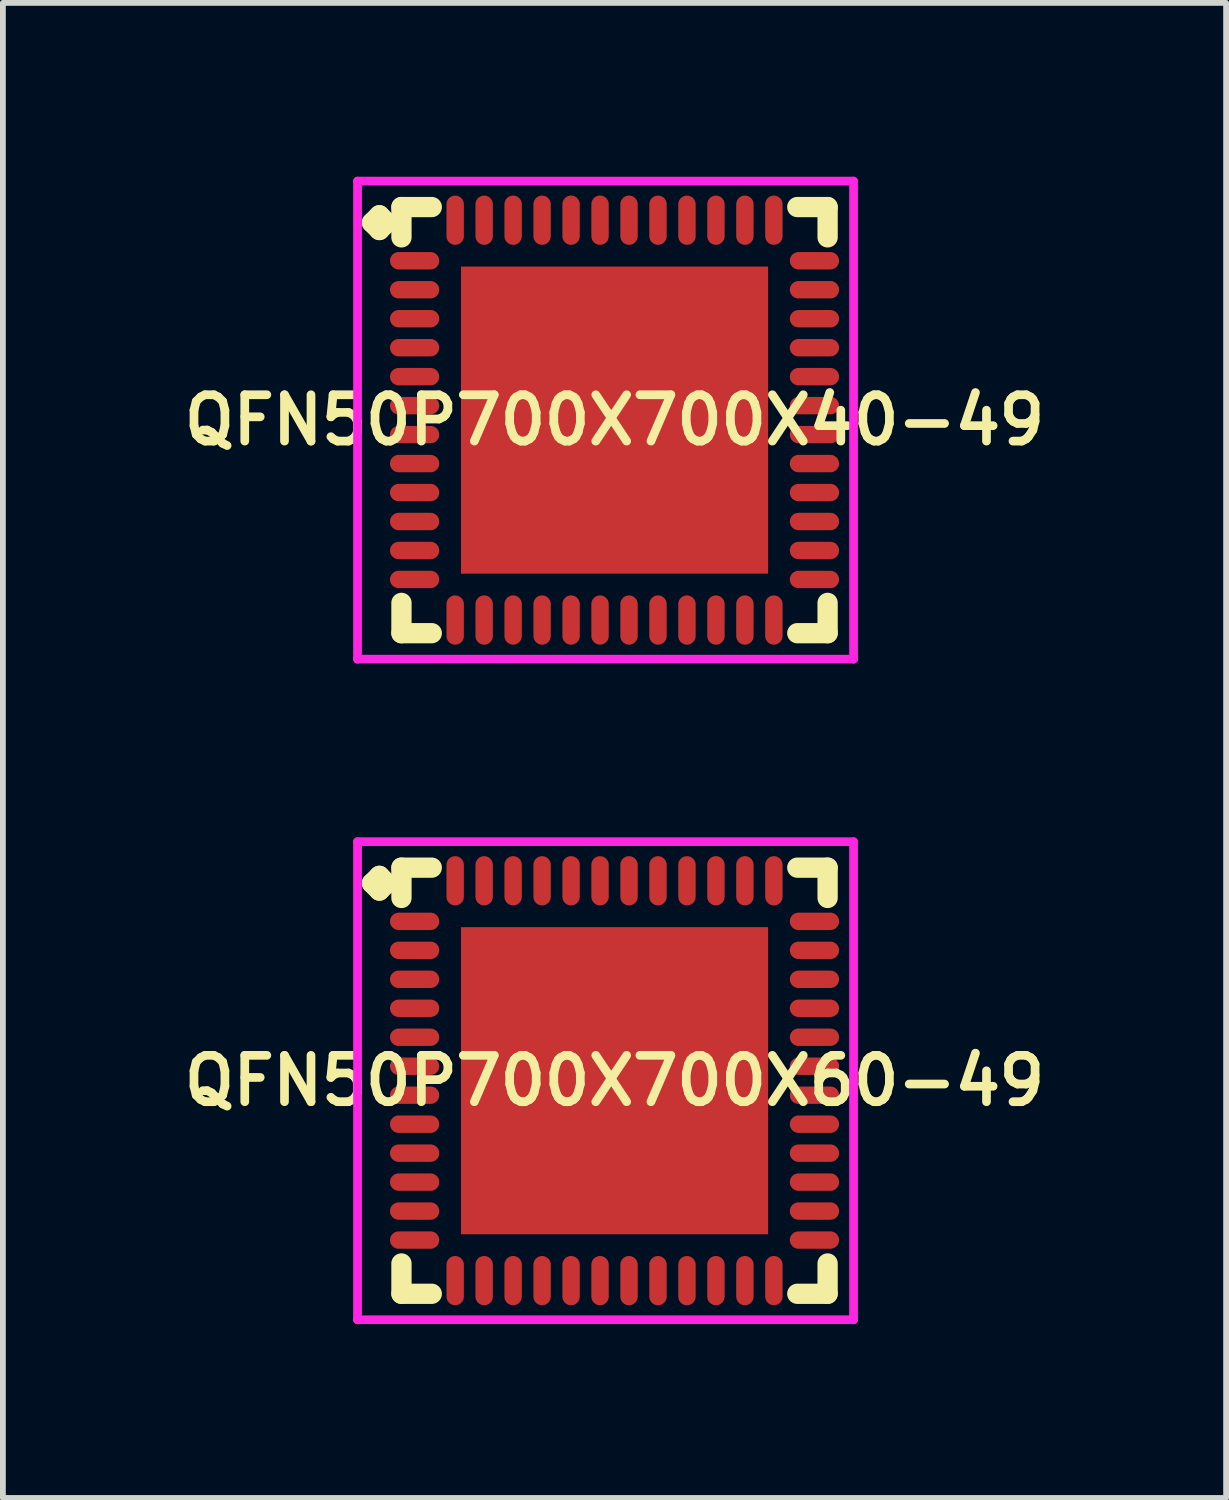
<source format=kicad_pcb>
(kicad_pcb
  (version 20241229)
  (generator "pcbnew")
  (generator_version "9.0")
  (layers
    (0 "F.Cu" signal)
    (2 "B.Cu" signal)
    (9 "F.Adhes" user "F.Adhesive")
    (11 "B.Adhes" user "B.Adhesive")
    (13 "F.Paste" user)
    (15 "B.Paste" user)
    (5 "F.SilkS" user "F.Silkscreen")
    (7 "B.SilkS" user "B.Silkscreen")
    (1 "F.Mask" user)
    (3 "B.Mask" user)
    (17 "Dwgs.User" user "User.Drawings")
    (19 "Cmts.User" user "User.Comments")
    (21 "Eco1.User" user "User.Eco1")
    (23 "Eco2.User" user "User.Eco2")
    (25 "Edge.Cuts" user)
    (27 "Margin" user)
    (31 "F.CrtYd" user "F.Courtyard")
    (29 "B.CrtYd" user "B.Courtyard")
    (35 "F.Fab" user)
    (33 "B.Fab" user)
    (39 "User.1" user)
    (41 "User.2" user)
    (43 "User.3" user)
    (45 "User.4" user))
  (footprint "QFN50P700X700X60-49"
    (layer "F.Cu")
    (at 7.555 15.6)
    (property "Reference" "QFN50P700X700X60-49" (at 0 0 0) (layer "F.SilkS") (effects (font (size 0.8 0.8) (thickness 0.15))))
    (attr smd)
    (fp_line (start -4.185 -3.408) (end -4.058 -3.535) (stroke (width 0.35) (type solid)) (layer "F.SilkS"))
    (fp_line (start -4.058 -3.535) (end -3.931 -3.408) (stroke (width 0.35) (type solid)) (layer "F.SilkS"))
    (fp_line (start -4.058 -3.281) (end -4.185 -3.408) (stroke (width 0.35) (type solid)) (layer "F.SilkS"))
    (fp_line (start -3.931 -3.408) (end -4.058 -3.281) (stroke (width 0.35) (type solid)) (layer "F.SilkS"))
    (fp_line (start -3.677 -3.677) (end -3.154 -3.677) (stroke (width 0.35) (type solid)) (layer "F.SilkS"))
    (fp_line (start -3.677 -3.154) (end -3.677 -3.677) (stroke (width 0.35) (type solid)) (layer "F.SilkS"))
    (fp_line (start -3.677 3.154) (end -3.677 3.677) (stroke (width 0.35) (type solid)) (layer "F.SilkS"))
    (fp_line (start -3.677 3.677) (end -3.154 3.677) (stroke (width 0.35) (type solid)) (layer "F.SilkS"))
    (fp_line (start 3.154 -3.677) (end 3.677 -3.677) (stroke (width 0.35) (type solid)) (layer "F.SilkS"))
    (fp_line (start 3.154 3.677) (end 3.677 3.677) (stroke (width 0.35) (type solid)) (layer "F.SilkS"))
    (fp_line (start 3.677 -3.677) (end 3.677 -3.154) (stroke (width 0.35) (type solid)) (layer "F.SilkS"))
    (fp_line (start 3.677 3.677) (end 3.677 3.154) (stroke (width 0.35) (type solid)) (layer "F.SilkS"))
    (fp_line (start -4.435 -4.125) (end 4.125 -4.125) (stroke (width 0.15) (type solid)) (layer "F.CrtYd"))
    (fp_line (start -4.435 4.125) (end -4.435 -4.125) (stroke (width 0.15) (type solid)) (layer "F.CrtYd"))
    (fp_line (start 4.125 -4.125) (end 4.125 4.125) (stroke (width 0.15) (type solid)) (layer "F.CrtYd"))
    (fp_line (start 4.125 4.125) (end -4.435 4.125) (stroke (width 0.15) (type solid)) (layer "F.CrtYd"))
    (pad "1" smd oval (at -3.45 -2.75) (size 0.85 0.3) (layers "F.Cu" "F.Mask" "F.Paste"))
    (pad "2" smd oval (at -3.45 -2.25) (size 0.85 0.3) (layers "F.Cu" "F.Mask" "F.Paste"))
    (pad "3" smd oval (at -3.45 -1.75) (size 0.85 0.3) (layers "F.Cu" "F.Mask" "F.Paste"))
    (pad "4" smd oval (at -3.45 -1.25) (size 0.85 0.3) (layers "F.Cu" "F.Mask" "F.Paste"))
    (pad "5" smd oval (at -3.45 -0.75) (size 0.85 0.3) (layers "F.Cu" "F.Mask" "F.Paste"))
    (pad "6" smd oval (at -3.45 -0.25) (size 0.85 0.3) (layers "F.Cu" "F.Mask" "F.Paste"))
    (pad "7" smd oval (at -3.45 0.25) (size 0.85 0.3) (layers "F.Cu" "F.Mask" "F.Paste"))
    (pad "8" smd oval (at -3.45 0.75) (size 0.85 0.3) (layers "F.Cu" "F.Mask" "F.Paste"))
    (pad "9" smd oval (at -3.45 1.25) (size 0.85 0.3) (layers "F.Cu" "F.Mask" "F.Paste"))
    (pad "10" smd oval (at -3.45 1.75) (size 0.85 0.3) (layers "F.Cu" "F.Mask" "F.Paste"))
    (pad "11" smd oval (at -3.45 2.25) (size 0.85 0.3) (layers "F.Cu" "F.Mask" "F.Paste"))
    (pad "12" smd oval (at -3.45 2.75) (size 0.85 0.3) (layers "F.Cu" "F.Mask" "F.Paste"))
    (pad "13" smd oval (at -2.75 3.45) (size 0.3 0.85) (layers "F.Cu" "F.Mask" "F.Paste"))
    (pad "14" smd oval (at -2.25 3.45) (size 0.3 0.85) (layers "F.Cu" "F.Mask" "F.Paste"))
    (pad "15" smd oval (at -1.75 3.45) (size 0.3 0.85) (layers "F.Cu" "F.Mask" "F.Paste"))
    (pad "16" smd oval (at -1.25 3.45) (size 0.3 0.85) (layers "F.Cu" "F.Mask" "F.Paste"))
    (pad "17" smd oval (at -0.75 3.45) (size 0.3 0.85) (layers "F.Cu" "F.Mask" "F.Paste"))
    (pad "18" smd oval (at -0.25 3.45) (size 0.3 0.85) (layers "F.Cu" "F.Mask" "F.Paste"))
    (pad "19" smd oval (at 0.25 3.45) (size 0.3 0.85) (layers "F.Cu" "F.Mask" "F.Paste"))
    (pad "20" smd oval (at 0.75 3.45) (size 0.3 0.85) (layers "F.Cu" "F.Mask" "F.Paste"))
    (pad "21" smd oval (at 1.25 3.45) (size 0.3 0.85) (layers "F.Cu" "F.Mask" "F.Paste"))
    (pad "22" smd oval (at 1.75 3.45) (size 0.3 0.85) (layers "F.Cu" "F.Mask" "F.Paste"))
    (pad "23" smd oval (at 2.25 3.45) (size 0.3 0.85) (layers "F.Cu" "F.Mask" "F.Paste"))
    (pad "24" smd oval (at 2.75 3.45) (size 0.3 0.85) (layers "F.Cu" "F.Mask" "F.Paste"))
    (pad "25" smd oval (at 3.45 2.75) (size 0.85 0.3) (layers "F.Cu" "F.Mask" "F.Paste"))
    (pad "26" smd oval (at 3.45 2.25) (size 0.85 0.3) (layers "F.Cu" "F.Mask" "F.Paste"))
    (pad "27" smd oval (at 3.45 1.75) (size 0.85 0.3) (layers "F.Cu" "F.Mask" "F.Paste"))
    (pad "28" smd oval (at 3.45 1.25) (size 0.85 0.3) (layers "F.Cu" "F.Mask" "F.Paste"))
    (pad "29" smd oval (at 3.45 0.75) (size 0.85 0.3) (layers "F.Cu" "F.Mask" "F.Paste"))
    (pad "30" smd oval (at 3.45 0.25) (size 0.85 0.3) (layers "F.Cu" "F.Mask" "F.Paste"))
    (pad "31" smd oval (at 3.45 -0.25) (size 0.85 0.3) (layers "F.Cu" "F.Mask" "F.Paste"))
    (pad "32" smd oval (at 3.45 -0.75) (size 0.85 0.3) (layers "F.Cu" "F.Mask" "F.Paste"))
    (pad "33" smd oval (at 3.45 -1.25) (size 0.85 0.3) (layers "F.Cu" "F.Mask" "F.Paste"))
    (pad "34" smd oval (at 3.45 -1.75) (size 0.85 0.3) (layers "F.Cu" "F.Mask" "F.Paste"))
    (pad "35" smd oval (at 3.45 -2.25) (size 0.85 0.3) (layers "F.Cu" "F.Mask" "F.Paste"))
    (pad "36" smd oval (at 3.45 -2.75) (size 0.85 0.3) (layers "F.Cu" "F.Mask" "F.Paste"))
    (pad "37" smd oval (at 2.75 -3.45) (size 0.3 0.85) (layers "F.Cu" "F.Mask" "F.Paste"))
    (pad "38" smd oval (at 2.25 -3.45) (size 0.3 0.85) (layers "F.Cu" "F.Mask" "F.Paste"))
    (pad "39" smd oval (at 1.75 -3.45) (size 0.3 0.85) (layers "F.Cu" "F.Mask" "F.Paste"))
    (pad "40" smd oval (at 1.25 -3.45) (size 0.3 0.85) (layers "F.Cu" "F.Mask" "F.Paste"))
    (pad "41" smd oval (at 0.75 -3.45) (size 0.3 0.85) (layers "F.Cu" "F.Mask" "F.Paste"))
    (pad "42" smd oval (at 0.25 -3.45) (size 0.3 0.85) (layers "F.Cu" "F.Mask" "F.Paste"))
    (pad "43" smd oval (at -0.25 -3.45) (size 0.3 0.85) (layers "F.Cu" "F.Mask" "F.Paste"))
    (pad "44" smd oval (at -0.75 -3.45) (size 0.3 0.85) (layers "F.Cu" "F.Mask" "F.Paste"))
    (pad "45" smd oval (at -1.25 -3.45) (size 0.3 0.85) (layers "F.Cu" "F.Mask" "F.Paste"))
    (pad "46" smd oval (at -1.75 -3.45) (size 0.3 0.85) (layers "F.Cu" "F.Mask" "F.Paste"))
    (pad "47" smd oval (at -2.25 -3.45) (size 0.3 0.85) (layers "F.Cu" "F.Mask" "F.Paste"))
    (pad "48" smd oval (at -2.75 -3.45) (size 0.3 0.85) (layers "F.Cu" "F.Mask" "F.Paste"))
    (pad "49" smd rect (at 0 0) (size 5.3 5.3) (layers "F.Cu" "F.Mask" "F.Paste")))
  (footprint "QFN50P700X700X40-49"
    (layer "F.Cu")
    (at 7.555 4.2)
    (property "Reference" "QFN50P700X700X40-49" (at 0 0 0) (layer "F.SilkS") (effects (font (size 0.8 0.8) (thickness 0.15))))
    (attr smd)
    (fp_line (start -4.185 -3.408) (end -4.058 -3.535) (stroke (width 0.35) (type solid)) (layer "F.SilkS"))
    (fp_line (start -4.058 -3.535) (end -3.931 -3.408) (stroke (width 0.35) (type solid)) (layer "F.SilkS"))
    (fp_line (start -4.058 -3.281) (end -4.185 -3.408) (stroke (width 0.35) (type solid)) (layer "F.SilkS"))
    (fp_line (start -3.931 -3.408) (end -4.058 -3.281) (stroke (width 0.35) (type solid)) (layer "F.SilkS"))
    (fp_line (start -3.677 -3.677) (end -3.154 -3.677) (stroke (width 0.35) (type solid)) (layer "F.SilkS"))
    (fp_line (start -3.677 -3.154) (end -3.677 -3.677) (stroke (width 0.35) (type solid)) (layer "F.SilkS"))
    (fp_line (start -3.677 3.154) (end -3.677 3.677) (stroke (width 0.35) (type solid)) (layer "F.SilkS"))
    (fp_line (start -3.677 3.677) (end -3.154 3.677) (stroke (width 0.35) (type solid)) (layer "F.SilkS"))
    (fp_line (start 3.154 -3.677) (end 3.677 -3.677) (stroke (width 0.35) (type solid)) (layer "F.SilkS"))
    (fp_line (start 3.154 3.677) (end 3.677 3.677) (stroke (width 0.35) (type solid)) (layer "F.SilkS"))
    (fp_line (start 3.677 -3.677) (end 3.677 -3.154) (stroke (width 0.35) (type solid)) (layer "F.SilkS"))
    (fp_line (start 3.677 3.677) (end 3.677 3.154) (stroke (width 0.35) (type solid)) (layer "F.SilkS"))
    (fp_line (start -4.435 -4.125) (end 4.125 -4.125) (stroke (width 0.15) (type solid)) (layer "F.CrtYd"))
    (fp_line (start -4.435 4.125) (end -4.435 -4.125) (stroke (width 0.15) (type solid)) (layer "F.CrtYd"))
    (fp_line (start 4.125 -4.125) (end 4.125 4.125) (stroke (width 0.15) (type solid)) (layer "F.CrtYd"))
    (fp_line (start 4.125 4.125) (end -4.435 4.125) (stroke (width 0.15) (type solid)) (layer "F.CrtYd"))
    (pad "1" smd oval (at -3.45 -2.75) (size 0.85 0.3) (layers "F.Cu" "F.Mask" "F.Paste"))
    (pad "2" smd oval (at -3.45 -2.25) (size 0.85 0.3) (layers "F.Cu" "F.Mask" "F.Paste"))
    (pad "3" smd oval (at -3.45 -1.75) (size 0.85 0.3) (layers "F.Cu" "F.Mask" "F.Paste"))
    (pad "4" smd oval (at -3.45 -1.25) (size 0.85 0.3) (layers "F.Cu" "F.Mask" "F.Paste"))
    (pad "5" smd oval (at -3.45 -0.75) (size 0.85 0.3) (layers "F.Cu" "F.Mask" "F.Paste"))
    (pad "6" smd oval (at -3.45 -0.25) (size 0.85 0.3) (layers "F.Cu" "F.Mask" "F.Paste"))
    (pad "7" smd oval (at -3.45 0.25) (size 0.85 0.3) (layers "F.Cu" "F.Mask" "F.Paste"))
    (pad "8" smd oval (at -3.45 0.75) (size 0.85 0.3) (layers "F.Cu" "F.Mask" "F.Paste"))
    (pad "9" smd oval (at -3.45 1.25) (size 0.85 0.3) (layers "F.Cu" "F.Mask" "F.Paste"))
    (pad "10" smd oval (at -3.45 1.75) (size 0.85 0.3) (layers "F.Cu" "F.Mask" "F.Paste"))
    (pad "11" smd oval (at -3.45 2.25) (size 0.85 0.3) (layers "F.Cu" "F.Mask" "F.Paste"))
    (pad "12" smd oval (at -3.45 2.75) (size 0.85 0.3) (layers "F.Cu" "F.Mask" "F.Paste"))
    (pad "13" smd oval (at -2.75 3.45) (size 0.3 0.85) (layers "F.Cu" "F.Mask" "F.Paste"))
    (pad "14" smd oval (at -2.25 3.45) (size 0.3 0.85) (layers "F.Cu" "F.Mask" "F.Paste"))
    (pad "15" smd oval (at -1.75 3.45) (size 0.3 0.85) (layers "F.Cu" "F.Mask" "F.Paste"))
    (pad "16" smd oval (at -1.25 3.45) (size 0.3 0.85) (layers "F.Cu" "F.Mask" "F.Paste"))
    (pad "17" smd oval (at -0.75 3.45) (size 0.3 0.85) (layers "F.Cu" "F.Mask" "F.Paste"))
    (pad "18" smd oval (at -0.25 3.45) (size 0.3 0.85) (layers "F.Cu" "F.Mask" "F.Paste"))
    (pad "19" smd oval (at 0.25 3.45) (size 0.3 0.85) (layers "F.Cu" "F.Mask" "F.Paste"))
    (pad "20" smd oval (at 0.75 3.45) (size 0.3 0.85) (layers "F.Cu" "F.Mask" "F.Paste"))
    (pad "21" smd oval (at 1.25 3.45) (size 0.3 0.85) (layers "F.Cu" "F.Mask" "F.Paste"))
    (pad "22" smd oval (at 1.75 3.45) (size 0.3 0.85) (layers "F.Cu" "F.Mask" "F.Paste"))
    (pad "23" smd oval (at 2.25 3.45) (size 0.3 0.85) (layers "F.Cu" "F.Mask" "F.Paste"))
    (pad "24" smd oval (at 2.75 3.45) (size 0.3 0.85) (layers "F.Cu" "F.Mask" "F.Paste"))
    (pad "25" smd oval (at 3.45 2.75) (size 0.85 0.3) (layers "F.Cu" "F.Mask" "F.Paste"))
    (pad "26" smd oval (at 3.45 2.25) (size 0.85 0.3) (layers "F.Cu" "F.Mask" "F.Paste"))
    (pad "27" smd oval (at 3.45 1.75) (size 0.85 0.3) (layers "F.Cu" "F.Mask" "F.Paste"))
    (pad "28" smd oval (at 3.45 1.25) (size 0.85 0.3) (layers "F.Cu" "F.Mask" "F.Paste"))
    (pad "29" smd oval (at 3.45 0.75) (size 0.85 0.3) (layers "F.Cu" "F.Mask" "F.Paste"))
    (pad "30" smd oval (at 3.45 0.25) (size 0.85 0.3) (layers "F.Cu" "F.Mask" "F.Paste"))
    (pad "31" smd oval (at 3.45 -0.25) (size 0.85 0.3) (layers "F.Cu" "F.Mask" "F.Paste"))
    (pad "32" smd oval (at 3.45 -0.75) (size 0.85 0.3) (layers "F.Cu" "F.Mask" "F.Paste"))
    (pad "33" smd oval (at 3.45 -1.25) (size 0.85 0.3) (layers "F.Cu" "F.Mask" "F.Paste"))
    (pad "34" smd oval (at 3.45 -1.75) (size 0.85 0.3) (layers "F.Cu" "F.Mask" "F.Paste"))
    (pad "35" smd oval (at 3.45 -2.25) (size 0.85 0.3) (layers "F.Cu" "F.Mask" "F.Paste"))
    (pad "36" smd oval (at 3.45 -2.75) (size 0.85 0.3) (layers "F.Cu" "F.Mask" "F.Paste"))
    (pad "37" smd oval (at 2.75 -3.45) (size 0.3 0.85) (layers "F.Cu" "F.Mask" "F.Paste"))
    (pad "38" smd oval (at 2.25 -3.45) (size 0.3 0.85) (layers "F.Cu" "F.Mask" "F.Paste"))
    (pad "39" smd oval (at 1.75 -3.45) (size 0.3 0.85) (layers "F.Cu" "F.Mask" "F.Paste"))
    (pad "40" smd oval (at 1.25 -3.45) (size 0.3 0.85) (layers "F.Cu" "F.Mask" "F.Paste"))
    (pad "41" smd oval (at 0.75 -3.45) (size 0.3 0.85) (layers "F.Cu" "F.Mask" "F.Paste"))
    (pad "42" smd oval (at 0.25 -3.45) (size 0.3 0.85) (layers "F.Cu" "F.Mask" "F.Paste"))
    (pad "43" smd oval (at -0.25 -3.45) (size 0.3 0.85) (layers "F.Cu" "F.Mask" "F.Paste"))
    (pad "44" smd oval (at -0.75 -3.45) (size 0.3 0.85) (layers "F.Cu" "F.Mask" "F.Paste"))
    (pad "45" smd oval (at -1.25 -3.45) (size 0.3 0.85) (layers "F.Cu" "F.Mask" "F.Paste"))
    (pad "46" smd oval (at -1.75 -3.45) (size 0.3 0.85) (layers "F.Cu" "F.Mask" "F.Paste"))
    (pad "47" smd oval (at -2.25 -3.45) (size 0.3 0.85) (layers "F.Cu" "F.Mask" "F.Paste"))
    (pad "48" smd oval (at -2.75 -3.45) (size 0.3 0.85) (layers "F.Cu" "F.Mask" "F.Paste"))
    (pad "49" smd rect (at 0 0) (size 5.3 5.3) (layers "F.Cu" "F.Mask" "F.Paste")))
  (gr_rect
    (start -3 -3)
    (end 18.109 22.8)
    (stroke (width 0.1) (type default))
    (fill no)
    (layer "Edge.Cuts")))
</source>
